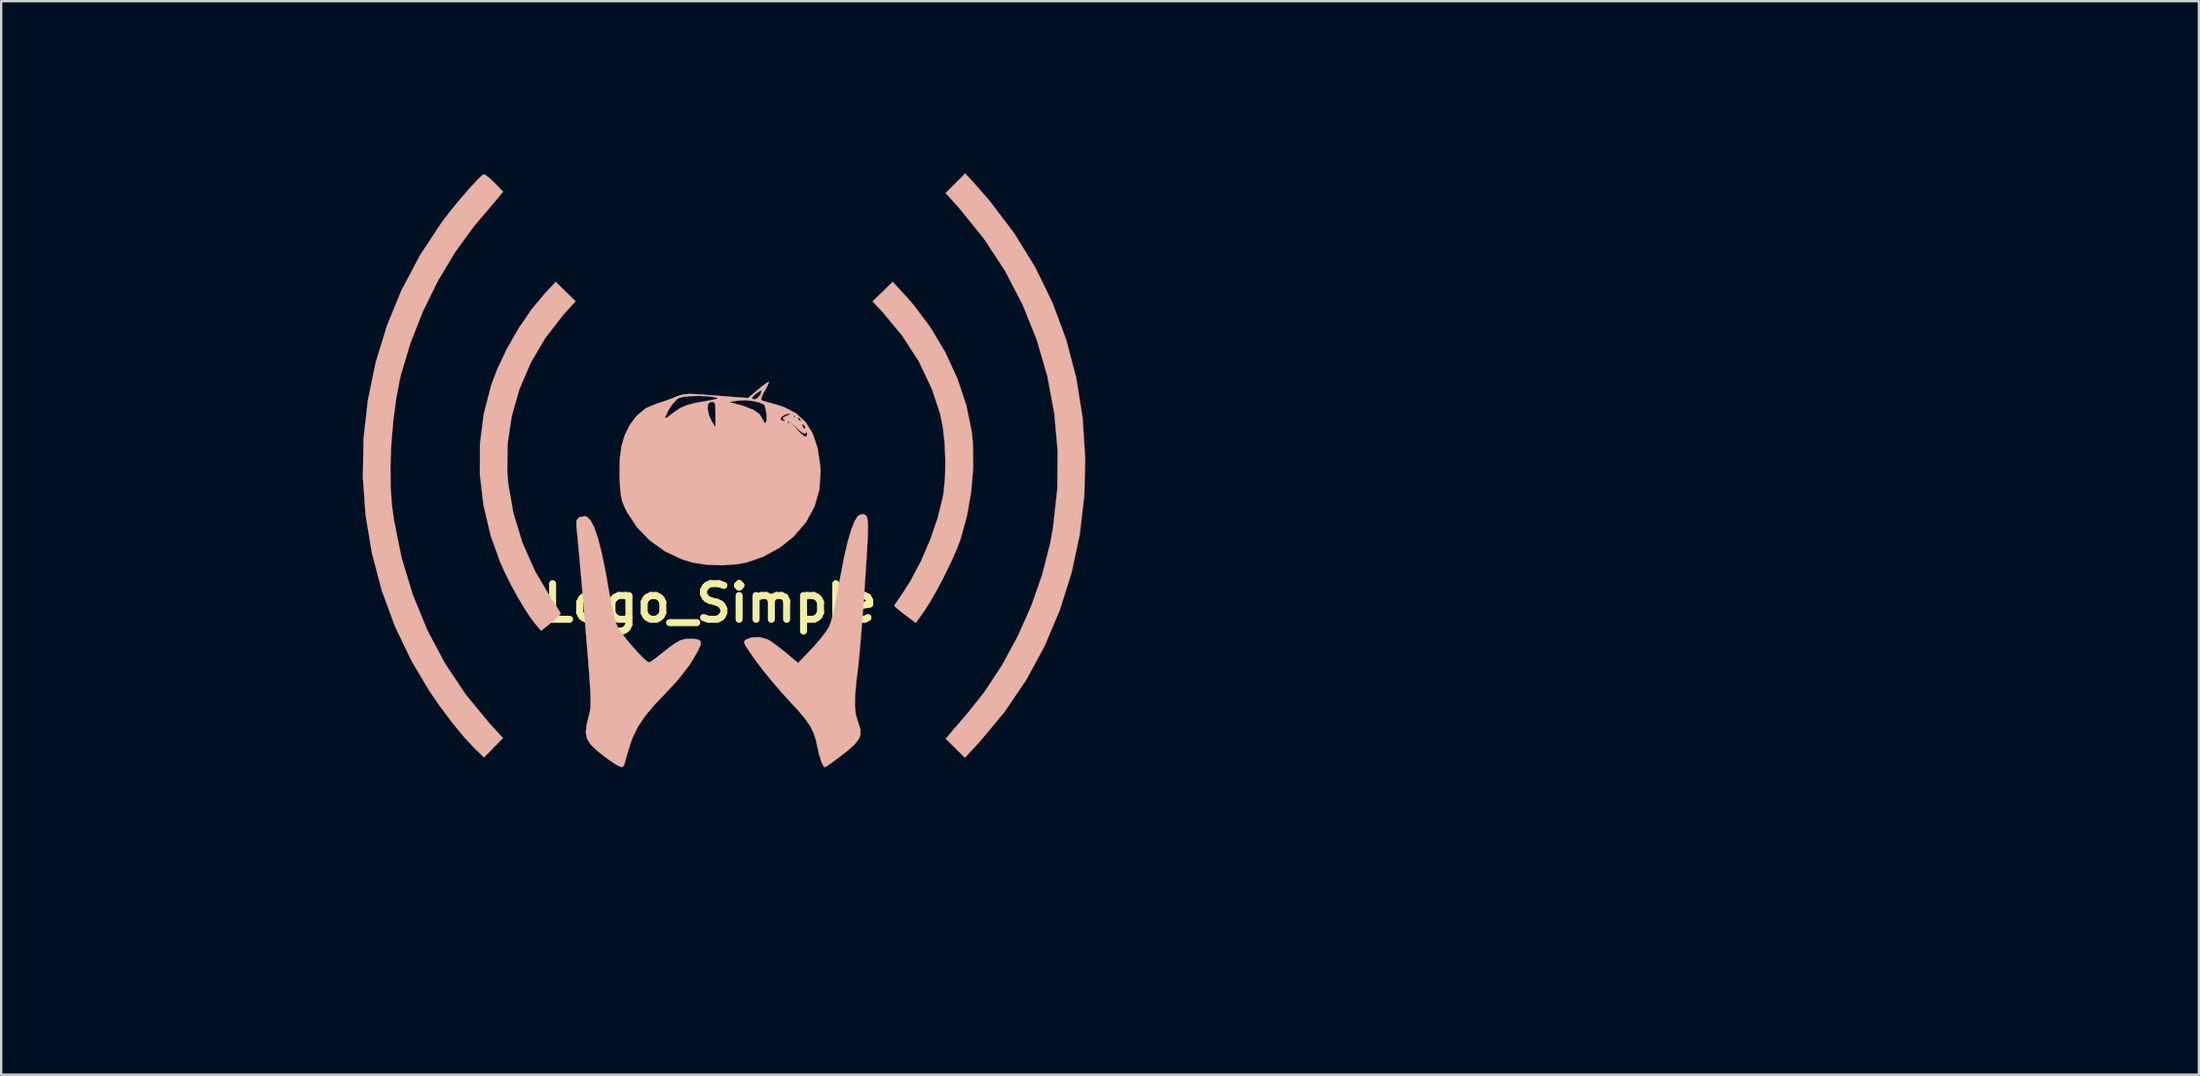
<source format=kicad_pcb>
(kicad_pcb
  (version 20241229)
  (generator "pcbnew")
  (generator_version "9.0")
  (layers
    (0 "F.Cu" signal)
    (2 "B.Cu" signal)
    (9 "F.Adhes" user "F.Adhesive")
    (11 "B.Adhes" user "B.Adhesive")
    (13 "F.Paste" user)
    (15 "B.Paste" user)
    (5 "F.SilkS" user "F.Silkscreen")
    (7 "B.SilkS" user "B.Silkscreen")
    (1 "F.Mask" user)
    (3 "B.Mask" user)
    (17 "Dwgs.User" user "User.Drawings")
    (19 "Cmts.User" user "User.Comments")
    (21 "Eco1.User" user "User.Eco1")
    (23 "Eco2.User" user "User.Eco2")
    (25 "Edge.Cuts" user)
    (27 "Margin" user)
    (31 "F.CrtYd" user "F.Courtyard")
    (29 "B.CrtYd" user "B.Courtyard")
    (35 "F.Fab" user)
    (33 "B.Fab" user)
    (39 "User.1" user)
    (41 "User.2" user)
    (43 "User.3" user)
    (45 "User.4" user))
  (footprint "Logo_Simple"
    (layer "F.Cu")
    (at 55.29 22.78)
    (property "Reference" "Logo_Simple" (at -27.94 0 0) (layer "F.SilkS") (effects (font (size 1.524 1.524) (thickness 0.3))))
    (attr through_hole)
    (fp_poly (pts (xy -35.009 -13.275) (xy -35.585 -12.583) (xy -36.14 -11.772) (xy -36.643 -10.893) (xy -37.067 -9.997) (xy -37.323 -9.313) (xy -37.64 -8.081) (xy -37.798 -6.806) (xy -37.801 -5.506) (xy -37.648 -4.198) (xy -37.34 -2.901) (xy -36.927 -1.744) (xy -36.708 -1.261) (xy -36.443 -0.738) (xy -36.156 -0.216) (xy -35.868 0.264) (xy -35.603 0.663) (xy -35.415 0.906) (xy -35.179 1.177) (xy -34.756 0.842) (xy -34.539 0.66) (xy -34.392 0.516) (xy -34.347 0.444) (xy -34.397 0.349) (xy -34.521 0.151) (xy -34.693 -0.113) (xy -34.759 -0.212) (xy -35.445 -1.375) (xy -35.983 -2.591) (xy -36.366 -3.844) (xy -36.589 -5.115) (xy -36.632 -5.635) (xy -36.616 -6.827) (xy -36.438 -8.014) (xy -36.106 -9.177) (xy -35.626 -10.296) (xy -35.006 -11.351) (xy -34.253 -12.324) (xy -34.175 -12.412) (xy -33.707 -12.928) (xy -34.132 -13.343) (xy -34.556 -13.758) (xy -35.009 -13.275)) (stroke (width 0.01) (type solid)) (fill yes) (layer "B.SilkS"))
    (fp_poly (pts (xy -17.449 -17.982) (xy -17.867 -17.564) (xy -17.262 -16.889) (xy -16.224 -15.605) (xy -15.327 -14.236) (xy -14.574 -12.791) (xy -13.969 -11.285) (xy -13.515 -9.727) (xy -13.215 -8.131) (xy -13.072 -6.508) (xy -13.089 -4.869) (xy -13.271 -3.227) (xy -13.387 -2.582) (xy -13.725 -1.248) (xy -14.193 0.093) (xy -14.775 1.407) (xy -15.453 2.658) (xy -16.213 3.812) (xy -16.92 4.703) (xy -17.182 5.006) (xy -17.423 5.286) (xy -17.608 5.502) (xy -17.672 5.58) (xy -17.861 5.809) (xy -17.042 6.617) (xy -16.392 5.912) (xy -15.336 4.642) (xy -14.412 3.273) (xy -13.625 1.818) (xy -12.979 0.287) (xy -12.479 -1.306) (xy -12.128 -2.948) (xy -11.933 -4.628) (xy -11.894 -6.181) (xy -12.007 -7.939) (xy -12.279 -9.644) (xy -12.711 -11.291) (xy -13.301 -12.878) (xy -14.048 -14.403) (xy -14.95 -15.862) (xy -16.007 -17.253) (xy -16.58 -17.908) (xy -17.031 -18.4) (xy -17.449 -17.982)) (stroke (width 0.01) (type solid)) (fill yes) (layer "B.SilkS"))
    (fp_poly (pts (xy -20.992 -12.923) (xy -20.59 -12.494) (xy -19.722 -11.453) (xy -19.011 -10.348) (xy -18.456 -9.177) (xy -18.106 -8.128) (xy -17.987 -7.547) (xy -17.91 -6.86) (xy -17.878 -6.125) (xy -17.891 -5.402) (xy -17.952 -4.749) (xy -17.985 -4.549) (xy -18.205 -3.656) (xy -18.527 -2.718) (xy -18.928 -1.79) (xy -19.384 -0.929) (xy -19.779 -0.317) (xy -19.933 -0.096) (xy -20.037 0.063) (xy -20.066 0.117) (xy -20.004 0.18) (xy -19.84 0.315) (xy -19.611 0.492) (xy -19.606 0.496) (xy -19.146 0.844) (xy -18.799 0.358) (xy -18.545 -0.034) (xy -18.257 -0.536) (xy -17.958 -1.101) (xy -17.675 -1.68) (xy -17.43 -2.223) (xy -17.25 -2.684) (xy -17.235 -2.729) (xy -16.963 -3.709) (xy -16.779 -4.748) (xy -16.689 -5.792) (xy -16.697 -6.789) (xy -16.749 -7.324) (xy -16.982 -8.468) (xy -17.366 -9.619) (xy -17.886 -10.747) (xy -18.527 -11.822) (xy -19.275 -12.815) (xy -19.586 -13.166) (xy -20.136 -13.758) (xy -20.992 -12.923)) (stroke (width 0.01) (type solid)) (fill yes) (layer "B.SilkS"))
    (fp_poly (pts (xy -37.729 -18.301) (xy -37.91 -18.125) (xy -38.153 -17.865) (xy -38.437 -17.543) (xy -38.741 -17.185) (xy -39.044 -16.813) (xy -39.324 -16.453) (xy -39.44 -16.298) (xy -40.368 -14.89) (xy -41.149 -13.413) (xy -41.78 -11.878) (xy -42.262 -10.299) (xy -42.595 -8.686) (xy -42.778 -7.053) (xy -42.81 -5.411) (xy -42.692 -3.772) (xy -42.423 -2.148) (xy -42.002 -0.552) (xy -41.43 1.005) (xy -40.707 2.51) (xy -39.982 3.725) (xy -39.498 4.432) (xy -38.997 5.101) (xy -38.51 5.696) (xy -38.063 6.18) (xy -37.998 6.244) (xy -37.628 6.604) (xy -37.22 6.19) (xy -36.813 5.777) (xy -37.386 5.153) (xy -38.402 3.924) (xy -39.293 2.587) (xy -40.052 1.157) (xy -40.673 -0.354) (xy -41.152 -1.934) (xy -41.482 -3.57) (xy -41.566 -4.191) (xy -41.623 -4.98) (xy -41.631 -5.879) (xy -41.592 -6.838) (xy -41.51 -7.807) (xy -41.388 -8.736) (xy -41.23 -9.575) (xy -41.182 -9.779) (xy -40.775 -11.142) (xy -40.243 -12.492) (xy -39.602 -13.797) (xy -38.87 -15.02) (xy -38.066 -16.127) (xy -37.782 -16.468) (xy -37.517 -16.776) (xy -37.271 -17.064) (xy -37.08 -17.29) (xy -37.009 -17.376) (xy -36.808 -17.624) (xy -37.175 -17.998) (xy -37.382 -18.194) (xy -37.549 -18.327) (xy -37.631 -18.367) (xy -37.729 -18.301)) (stroke (width 0.01) (type solid)) (fill yes) (layer "B.SilkS"))
    (fp_poly (pts (xy -33.551 -3.681) (xy -33.665 -3.543) (xy -33.671 -3.286) (xy -33.665 -3.249) (xy -33.648 -3.096) (xy -33.618 -2.794) (xy -33.578 -2.362) (xy -33.529 -1.818) (xy -33.473 -1.184) (xy -33.411 -0.478) (xy -33.347 0.282) (xy -33.31 0.713) (xy -33.237 1.595) (xy -33.177 2.326) (xy -33.131 2.921) (xy -33.097 3.399) (xy -33.074 3.775) (xy -33.063 4.067) (xy -33.062 4.292) (xy -33.071 4.466) (xy -33.089 4.607) (xy -33.115 4.731) (xy -33.14 4.825) (xy -33.238 5.225) (xy -33.268 5.541) (xy -33.215 5.806) (xy -33.065 6.05) (xy -32.803 6.306) (xy -32.414 6.607) (xy -32.271 6.71) (xy -31.982 6.907) (xy -31.796 7.004) (xy -31.687 7.009) (xy -31.63 6.932) (xy -31.626 6.921) (xy -31.587 6.788) (xy -31.519 6.547) (xy -31.452 6.308) (xy -31.276 5.781) (xy -31.044 5.301) (xy -30.731 4.832) (xy -30.315 4.338) (xy -29.93 3.936) (xy -29.321 3.281) (xy -28.853 2.678) (xy -28.665 2.384) (xy -28.46 2.024) (xy -28.354 1.781) (xy -28.351 1.633) (xy -28.456 1.556) (xy -28.672 1.529) (xy -28.829 1.526) (xy -29.03 1.539) (xy -29.219 1.594) (xy -29.432 1.708) (xy -29.701 1.899) (xy -30.054 2.18) (xy -30.286 2.362) (xy -30.468 2.492) (xy -30.558 2.54) (xy -30.667 2.478) (xy -30.849 2.311) (xy -31.078 2.073) (xy -31.325 1.794) (xy -31.563 1.507) (xy -31.763 1.242) (xy -31.899 1.032) (xy -31.925 0.981) (xy -32.007 0.742) (xy -32.1 0.385) (xy -32.191 -0.038) (xy -32.261 -0.423) (xy -32.427 -1.371) (xy -32.589 -2.153) (xy -32.748 -2.773) (xy -32.905 -3.235) (xy -33.062 -3.543) (xy -33.22 -3.7) (xy -33.312 -3.724) (xy -33.551 -3.681)) (stroke (width 0.01) (type solid)) (fill yes) (layer "B.SilkS"))
    (fp_poly (pts (xy -21.622 -3.733) (xy -21.77 -3.499) (xy -21.922 -3.105) (xy -22.079 -2.55) (xy -22.241 -1.831) (xy -22.409 -0.945) (xy -22.479 -0.536) (xy -22.572 -0.033) (xy -22.673 0.419) (xy -22.771 0.779) (xy -22.857 1.011) (xy -22.859 1.014) (xy -22.999 1.233) (xy -23.221 1.522) (xy -23.487 1.832) (xy -23.609 1.963) (xy -24.18 2.562) (xy -24.711 2.119) (xy -24.993 1.894) (xy -25.254 1.699) (xy -25.446 1.572) (xy -25.47 1.559) (xy -25.813 1.456) (xy -26.173 1.47) (xy -26.389 1.548) (xy -26.462 1.596) (xy -26.492 1.656) (xy -26.467 1.754) (xy -26.376 1.913) (xy -26.207 2.161) (xy -25.973 2.49) (xy -25.667 2.894) (xy -25.29 3.357) (xy -24.893 3.819) (xy -24.557 4.187) (xy -24.159 4.617) (xy -23.867 4.967) (xy -23.66 5.269) (xy -23.518 5.555) (xy -23.421 5.859) (xy -23.367 6.111) (xy -23.287 6.47) (xy -23.196 6.766) (xy -23.108 6.962) (xy -23.04 7.025) (xy -22.952 6.976) (xy -22.766 6.85) (xy -22.522 6.671) (xy -22.479 6.639) (xy -22.058 6.311) (xy -21.765 6.049) (xy -21.587 5.826) (xy -21.509 5.616) (xy -21.518 5.394) (xy -21.599 5.133) (xy -21.632 5.051) (xy -21.715 4.763) (xy -21.751 4.393) (xy -21.741 3.916) (xy -21.685 3.311) (xy -21.64 2.957) (xy -21.604 2.654) (xy -21.561 2.21) (xy -21.512 1.654) (xy -21.46 1.014) (xy -21.406 0.318) (xy -21.354 -0.406) (xy -21.328 -0.79) (xy -21.275 -1.582) (xy -21.235 -2.222) (xy -21.207 -2.725) (xy -21.194 -3.109) (xy -21.195 -3.389) (xy -21.211 -3.582) (xy -21.244 -3.704) (xy -21.294 -3.771) (xy -21.361 -3.801) (xy -21.448 -3.808) (xy -21.477 -3.809) (xy -21.622 -3.733)) (stroke (width 0.01) (type solid)) (fill yes) (layer "B.SilkS"))
    (fp_poly (pts (xy -25.529 -9.432) (xy -25.706 -9.3) (xy -25.911 -9.133) (xy -26.325 -8.784) (xy -26.33 -8.784) (xy -27.634 -8.784) (xy -27.654 -8.752) (xy -27.807 -8.712) (xy -28.108 -8.658) (xy -28.194 -8.644) (xy -28.642 -8.562) (xy -28.974 -8.47) (xy -29.24 -8.348) (xy -29.493 -8.176) (xy -29.591 -8.098) (xy -29.759 -7.972) (xy -29.864 -7.917) (xy -29.875 -7.919) (xy -29.856 -8.003) (xy -29.772 -8.185) (xy -29.706 -8.311) (xy -29.542 -8.551) (xy -29.362 -8.735) (xy -29.294 -8.781) (xy -29.087 -8.836) (xy -28.769 -8.869) (xy -28.396 -8.876) (xy -28.025 -8.858) (xy -27.728 -8.815) (xy -27.634 -8.784) (xy -26.33 -8.784) (xy -27.069 -8.84) (xy -27.512 -8.874) (xy -27.987 -8.91) (xy -28.399 -8.942) (xy -28.437 -8.945) (xy -28.81 -8.963) (xy -29.085 -8.942) (xy -29.33 -8.873) (xy -29.453 -8.823) (xy -29.77 -8.698) (xy -30.095 -8.588) (xy -30.191 -8.56) (xy -30.693 -8.352) (xy -31.104 -8.013) (xy -31.387 -7.627) (xy -31.601 -7.197) (xy -31.74 -6.729) (xy -31.812 -6.185) (xy -31.824 -5.528) (xy -31.818 -5.341) (xy -31.797 -4.92) (xy -31.765 -4.615) (xy -31.711 -4.373) (xy -31.622 -4.142) (xy -31.503 -3.9) (xy -31.08 -3.253) (xy -30.526 -2.685) (xy -29.872 -2.218) (xy -29.148 -1.875) (xy -28.694 -1.739) (xy -28.085 -1.645) (xy -27.413 -1.623) (xy -26.76 -1.673) (xy -26.398 -1.74) (xy -25.667 -1.994) (xy -24.967 -2.381) (xy -24.381 -2.846) (xy -23.854 -3.455) (xy -23.484 -4.127) (xy -23.273 -4.859) (xy -23.22 -5.65) (xy -23.233 -5.867) (xy -23.346 -6.627) (xy -23.552 -7.251) (xy -23.557 -7.26) (xy -23.798 -7.26) (xy -23.819 -7.137) (xy -23.906 -7.14) (xy -24.071 -7.275) (xy -24.219 -7.429) (xy -24.511 -7.747) (xy -24.553 -7.747) (xy -24.596 -7.705) (xy -24.638 -7.747) (xy -24.596 -7.789) (xy -24.553 -7.747) (xy -24.511 -7.747) (xy -24.203 -7.464) (xy -24.001 -7.299) (xy -23.885 -7.26) (xy -23.85 -7.295) (xy -23.811 -7.341) (xy -23.798 -7.26) (xy -23.557 -7.26) (xy -23.723 -7.53) (xy -23.876 -7.53) (xy -23.903 -7.453) (xy -23.966 -7.521) (xy -23.993 -7.582) (xy -23.999 -7.669) (xy -23.96 -7.662) (xy -23.879 -7.553) (xy -23.876 -7.53) (xy -23.723 -7.53) (xy -23.858 -7.749) (xy -23.907 -7.795) (xy -24.066 -7.795) (xy -24.078 -7.789) (xy -24.155 -7.849) (xy -24.172 -7.874) (xy -24.194 -7.953) (xy -24.182 -7.959) (xy -24.105 -7.899) (xy -24.088 -7.874) (xy -24.066 -7.795) (xy -23.907 -7.795) (xy -24.131 -8.001) (xy -24.299 -8.001) (xy -24.342 -7.959) (xy -24.384 -8.001) (xy -24.342 -8.043) (xy -24.299 -8.001) (xy -24.131 -8.001) (xy -24.231 -8.093) (xy -24.527 -8.093) (xy -24.647 -8.034) (xy -24.669 -8.026) (xy -24.823 -7.952) (xy -24.825 -7.887) (xy -24.796 -7.865) (xy -24.735 -7.803) (xy -24.781 -7.791) (xy -24.854 -7.822) (xy -25.529 -7.822) (xy -25.57 -7.711) (xy -25.635 -7.735) (xy -25.693 -7.863) (xy -25.83 -8.088) (xy -27.718 -8.088) (xy -27.718 -7.532) (xy -27.88 -7.789) (xy -27.998 -8.049) (xy -28.055 -8.318) (xy -28.055 -8.319) (xy -28.04 -8.519) (xy -27.952 -8.605) (xy -27.892 -8.619) (xy -27.799 -8.618) (xy -27.746 -8.559) (xy -27.723 -8.405) (xy -27.718 -8.121) (xy -27.718 -8.088) (xy -25.83 -8.088) (xy -25.834 -8.095) (xy -26.107 -8.286) (xy -26.529 -8.446) (xy -26.605 -8.468) (xy -27.136 -8.615) (xy -26.749 -8.675) (xy -26.455 -8.691) (xy -26.139 -8.662) (xy -25.855 -8.6) (xy -25.658 -8.513) (xy -25.613 -8.468) (xy -25.574 -8.34) (xy -25.538 -8.117) (xy -25.53 -8.047) (xy -25.529 -7.822) (xy -24.854 -7.822) (xy -24.914 -7.848) (xy -24.932 -7.87) (xy -24.907 -7.961) (xy -24.78 -8.057) (xy -24.612 -8.116) (xy -24.538 -8.121) (xy -24.527 -8.093) (xy -24.231 -8.093) (xy -24.27 -8.13) (xy -24.797 -8.404) (xy -25.169 -8.52) (xy -25.451 -8.596) (xy -25.667 -8.659) (xy -25.76 -8.693) (xy -25.758 -8.78) (xy -25.682 -8.963) (xy -25.608 -9.1) (xy -25.739 -9.1) (xy -25.792 -8.939) (xy -25.912 -8.788) (xy -26.038 -8.721) (xy -26.147 -8.756) (xy -26.159 -8.784) (xy -26.105 -8.864) (xy -25.982 -8.972) (xy -25.846 -9.068) (xy -25.753 -9.111) (xy -25.739 -9.1) (xy -25.608 -9.1) (xy -25.604 -9.107) (xy -25.49 -9.317) (xy -25.436 -9.454) (xy -25.44 -9.483) (xy -25.529 -9.432)) (stroke (width 0.01) (type solid)) (fill yes) (layer "B.SilkS"))
    (fp_poly (pts (xy 32.766 -22.733) (xy 32.724 -22.691) (xy 32.681 -22.733) (xy 32.724 -22.775) (xy 32.766 -22.733)) (stroke (width 0.01) (type solid)) (fill no) (layer "Eco2.User"))
    (fp_poly (pts (xy -52.887 13.32) (xy -52.942 13.557) (xy -52.946 13.843) (xy -52.918 14.184) (xy -52.871 14.383) (xy -52.796 14.469) (xy -52.747 14.478) (xy -52.637 14.417) (xy -52.622 14.397) (xy -52.574 14.232) (xy -52.55 13.979) (xy -52.551 13.697) (xy -52.576 13.449) (xy -52.624 13.294) (xy -52.637 13.279) (xy -52.783 13.223) (xy -52.887 13.32)) (stroke (width 0.01) (type solid)) (fill no) (layer "Eco2.User"))
    (fp_poly (pts (xy -51.685 13.131) (xy -51.734 13.268) (xy -51.758 13.515) (xy -51.758 13.827) (xy -51.739 14.157) (xy -51.702 14.459) (xy -51.65 14.687) (xy -51.587 14.794) (xy -51.583 14.796) (xy -51.468 14.763) (xy -51.442 14.718) (xy -51.42 14.584) (xy -51.395 14.33) (xy -51.371 14.004) (xy -51.365 13.91) (xy -51.351 13.539) (xy -51.363 13.302) (xy -51.405 13.164) (xy -51.447 13.113) (xy -51.576 13.057) (xy -51.685 13.131)) (stroke (width 0.01) (type solid)) (fill no) (layer "Eco2.User"))
    (fp_poly (pts (xy -17.238 10.414) (xy -17.881 10.418) (xy -18.386 10.428) (xy -18.772 10.448) (xy -19.054 10.483) (xy -19.248 10.535) (xy -19.37 10.608) (xy -19.438 10.707) (xy -19.467 10.835) (xy -19.473 10.994) (xy -19.473 11.096) (xy -19.459 11.38) (xy -19.402 11.584) (xy -19.276 11.719) (xy -19.059 11.8) (xy -18.727 11.841) (xy -18.255 11.853) (xy -18.119 11.853) (xy -17.103 11.853) (xy -17.103 17.103) (xy -15.666 17.103) (xy -15.621 11.896) (xy -14.605 11.844) (xy -14.211 11.823) (xy -13.886 11.804) (xy -13.662 11.789) (xy -13.574 11.78) (xy -13.574 11.78) (xy -13.358 11.524) (xy -13.288 11.218) (xy -13.366 10.902) (xy -13.54 10.661) (xy -13.788 10.414) (xy -16.442 10.414) (xy -17.238 10.414)) (stroke (width 0.01) (type solid)) (fill no) (layer "Eco2.User"))
    (fp_poly (pts (xy -5.419 17.103) (xy -4.173 17.103) (xy -4.118 16.582) (xy -4.088 16.227) (xy -4.068 15.874) (xy -4.064 15.693) (xy -4.064 15.325) (xy -0.762 15.325) (xy -0.761 15.642) (xy -0.753 15.898) (xy -0.731 16.239) (xy -0.707 16.531) (xy -0.653 17.103) (xy 0.677 17.103) (xy 0.677 13.801) (xy -0.825 13.801) (xy -4.149 13.801) (xy -4.149 12.94) (xy -4.143 12.474) (xy -4.11 12.152) (xy -4.026 11.947) (xy -3.864 11.832) (xy -3.601 11.782) (xy -3.213 11.769) (xy -3.051 11.769) (xy -2.661 11.773) (xy -2.392 11.791) (xy -2.193 11.834) (xy -2.017 11.912) (xy -1.846 12.015) (xy -1.467 12.325) (xy -1.154 12.714) (xy -0.94 13.132) (xy -0.866 13.431) (xy -0.825 13.801) (xy 0.677 13.801) (xy 0.677 12.56) (xy 0.417 12.166) (xy 0.141 11.83) (xy -0.247 11.463) (xy -0.704 11.104) (xy -1.186 10.786) (xy -1.395 10.669) (xy -1.88 10.414) (xy -5.419 10.414) (xy -5.419 17.103)) (stroke (width 0.01) (type solid)) (fill no) (layer "Eco2.User"))
    (fp_poly (pts (xy -41.741 17.103) (xy -40.41 17.103) (xy -40.356 16.658) (xy -40.323 16.288) (xy -40.304 15.891) (xy -40.302 15.769) (xy -40.301 15.325) (xy -36.999 15.325) (xy -36.999 17.187) (xy -36.319 17.187) (xy -35.959 17.18) (xy -35.736 17.154) (xy -35.621 17.103) (xy -35.59 17.06) (xy -35.578 16.943) (xy -35.57 16.682) (xy -35.565 16.299) (xy -35.563 15.819) (xy -35.566 15.266) (xy -35.572 14.745) (xy -35.589 13.538) (xy -37.084 13.538) (xy -37.084 13.885) (xy -38.475 13.885) (xy -38.96 13.88) (xy -39.399 13.867) (xy -39.759 13.846) (xy -40.005 13.82) (xy -40.086 13.802) (xy -40.287 13.67) (xy -40.402 13.448) (xy -40.436 13.114) (xy -40.395 12.647) (xy -40.391 12.621) (xy -40.341 12.313) (xy -40.295 12.077) (xy -40.262 11.957) (xy -40.259 11.952) (xy -40.161 11.928) (xy -39.939 11.901) (xy -39.637 11.876) (xy -39.577 11.872) (xy -38.918 11.886) (xy -38.335 12.011) (xy -37.845 12.236) (xy -37.464 12.551) (xy -37.207 12.945) (xy -37.09 13.406) (xy -37.084 13.538) (xy -35.589 13.538) (xy -35.602 12.559) (xy -35.855 12.193) (xy -36.151 11.845) (xy -36.554 11.473) (xy -37.018 11.119) (xy -37.493 10.821) (xy -37.627 10.75) (xy -38.127 10.499) (xy -41.741 10.499) (xy -41.741 17.103)) (stroke (width 0.01) (type solid)) (fill no) (layer "Eco2.User"))
    (fp_poly (pts (xy -48.46 10.901) (xy -48.51 11.289) (xy -48.494 11.556) (xy -48.391 11.723) (xy -48.178 11.813) (xy -47.833 11.849) (xy -47.525 11.854) (xy -46.968 11.875) (xy -46.567 11.941) (xy -46.313 12.053) (xy -46.197 12.214) (xy -46.196 12.215) (xy -46.183 12.348) (xy -46.17 12.626) (xy -46.16 13.024) (xy -46.152 13.518) (xy -46.146 14.084) (xy -46.144 14.662) (xy -46.144 15.383) (xy -46.139 15.952) (xy -46.126 16.387) (xy -46.1 16.705) (xy -46.056 16.926) (xy -45.99 17.066) (xy -45.896 17.143) (xy -45.771 17.176) (xy -45.608 17.181) (xy -45.481 17.178) (xy -45.21 17.164) (xy -44.994 17.14) (xy -44.94 17.13) (xy -44.899 17.106) (xy -44.865 17.049) (xy -44.839 16.939) (xy -44.819 16.759) (xy -44.804 16.491) (xy -44.792 16.117) (xy -44.783 15.619) (xy -44.775 14.978) (xy -44.771 14.593) (xy -44.763 13.875) (xy -44.755 13.308) (xy -44.746 12.872) (xy -44.733 12.549) (xy -44.715 12.32) (xy -44.692 12.167) (xy -44.662 12.069) (xy -44.623 12.009) (xy -44.582 11.973) (xy -44.432 11.912) (xy -44.17 11.874) (xy -43.772 11.856) (xy -43.509 11.853) (xy -43.021 11.845) (xy -42.682 11.807) (xy -42.469 11.721) (xy -42.36 11.57) (xy -42.335 11.334) (xy -42.372 10.997) (xy -42.388 10.901) (xy -42.44 10.583) (xy -48.407 10.583) (xy -48.46 10.901)) (stroke (width 0.01) (type solid)) (fill no) (layer "Eco2.User"))
    (fp_poly (pts (xy -27.827 10.453) (xy -27.997 10.457) (xy -28.329 10.487) (xy -28.604 10.594) (xy -28.858 10.802) (xy -29.124 11.134) (xy -29.245 11.31) (xy -29.423 11.572) (xy -29.672 11.924) (xy -29.96 12.324) (xy -30.254 12.727) (xy -30.287 12.77) (xy -30.997 13.729) (xy -31.776 12.673) (xy -32.074 12.269) (xy -32.362 11.878) (xy -32.614 11.536) (xy -32.802 11.279) (xy -32.851 11.213) (xy -33.055 10.958) (xy -33.263 10.738) (xy -33.372 10.643) (xy -33.665 10.515) (xy -34.045 10.471) (xy -34.449 10.518) (xy -34.48 10.526) (xy -34.713 10.587) (xy -34.713 17.103) (xy -33.362 17.103) (xy -33.339 15.092) (xy -33.329 14.476) (xy -33.314 13.951) (xy -33.294 13.533) (xy -33.272 13.242) (xy -33.247 13.095) (xy -33.237 13.081) (xy -33.162 13.146) (xy -33.01 13.326) (xy -32.799 13.597) (xy -32.549 13.933) (xy -32.431 14.097) (xy -32.033 14.632) (xy -31.689 15.027) (xy -31.383 15.282) (xy -31.097 15.394) (xy -30.814 15.364) (xy -30.515 15.19) (xy -30.185 14.87) (xy -29.804 14.405) (xy -29.44 13.909) (xy -28.744 12.936) (xy -28.722 15.02) (xy -28.699 17.103) (xy -27.263 17.103) (xy -27.263 13.84) (xy -27.262 12.992) (xy -27.261 12.298) (xy -27.265 11.742) (xy -27.275 11.31) (xy -27.296 10.986) (xy -27.331 10.755) (xy -27.383 10.601) (xy -27.455 10.509) (xy -27.551 10.464) (xy -27.674 10.45) (xy -27.827 10.453)) (stroke (width 0.01) (type solid)) (fill no) (layer "Eco2.User"))
    (fp_poly (pts (xy -7.501 10.428) (xy -7.601 10.459) (xy -7.682 10.524) (xy -7.745 10.637) (xy -7.793 10.817) (xy -7.827 11.079) (xy -7.85 11.443) (xy -7.864 11.923) (xy -7.87 12.538) (xy -7.873 13.304) (xy -7.873 13.356) (xy -7.874 15.833) (xy -11.176 15.833) (xy -11.176 10.591) (xy -11.493 10.503) (xy -11.903 10.423) (xy -12.235 10.423) (xy -12.46 10.503) (xy -12.528 10.578) (xy -12.553 10.713) (xy -12.575 11.009) (xy -12.592 11.457) (xy -12.605 12.05) (xy -12.613 12.779) (xy -12.615 13.635) (xy -12.615 13.657) (xy -12.615 14.437) (xy -12.613 15.067) (xy -12.609 15.563) (xy -12.602 15.943) (xy -12.59 16.226) (xy -12.572 16.43) (xy -12.549 16.571) (xy -12.518 16.67) (xy -12.479 16.742) (xy -12.442 16.792) (xy -12.241 16.965) (xy -11.981 17.091) (xy -11.955 17.099) (xy -11.76 17.129) (xy -11.427 17.152) (xy -10.987 17.168) (xy -10.469 17.179) (xy -9.901 17.184) (xy -9.313 17.182) (xy -8.735 17.175) (xy -8.194 17.163) (xy -7.721 17.145) (xy -7.345 17.121) (xy -7.095 17.093) (xy -7.027 17.077) (xy -6.88 17.021) (xy -6.759 16.954) (xy -6.663 16.858) (xy -6.588 16.718) (xy -6.531 16.517) (xy -6.49 16.239) (xy -6.463 15.867) (xy -6.447 15.386) (xy -6.438 14.779) (xy -6.435 14.03) (xy -6.435 13.447) (xy -6.435 10.511) (xy -6.889 10.454) (xy -7.177 10.427) (xy -7.413 10.42) (xy -7.501 10.428)) (stroke (width 0.01) (type solid)) (fill no) (layer "Eco2.User"))
    (fp_poly (pts (xy -22.636 10.42) (xy -23.318 10.43) (xy -24.061 10.436) (xy -24.67 10.446) (xy -25.156 10.476) (xy -25.535 10.54) (xy -25.819 10.654) (xy -26.022 10.833) (xy -26.157 11.094) (xy -26.238 11.452) (xy -26.278 11.922) (xy -26.291 12.52) (xy -26.29 13.261) (xy -26.289 13.843) (xy -26.288 14.633) (xy -26.282 15.272) (xy -26.269 15.777) (xy -26.246 16.166) (xy -26.21 16.458) (xy -26.158 16.67) (xy -26.088 16.819) (xy -25.996 16.925) (xy -25.881 17.004) (xy -25.782 17.054) (xy -25.672 17.095) (xy -25.52 17.127) (xy -25.307 17.15) (xy -25.011 17.166) (xy -24.614 17.177) (xy -24.094 17.182) (xy -23.432 17.182) (xy -23.186 17.182) (xy -22.568 17.178) (xy -21.999 17.169) (xy -21.503 17.157) (xy -21.104 17.142) (xy -20.826 17.124) (xy -20.693 17.105) (xy -20.692 17.104) (xy -20.514 16.988) (xy -20.335 16.806) (xy -20.332 16.802) (xy -20.281 16.733) (xy -20.241 16.654) (xy -20.211 16.548) (xy -20.188 16.395) (xy -20.171 16.176) (xy -20.161 15.872) (xy -20.155 15.465) (xy -20.152 14.935) (xy -20.151 14.264) (xy -20.151 14.027) (xy -21.505 14.027) (xy -21.505 15.921) (xy -23.177 15.898) (xy -24.85 15.875) (xy -24.85 11.811) (xy -23.356 11.811) (xy -22.812 11.813) (xy -22.411 11.819) (xy -22.128 11.832) (xy -21.936 11.855) (xy -21.809 11.891) (xy -21.721 11.941) (xy -21.683 11.972) (xy -21.626 12.032) (xy -21.582 12.107) (xy -21.55 12.22) (xy -21.529 12.393) (xy -21.516 12.65) (xy -21.509 13.012) (xy -21.506 13.502) (xy -21.505 14.027) (xy -20.151 14.027) (xy -20.151 13.895) (xy -20.149 13.032) (xy -20.151 12.324) (xy -20.172 11.755) (xy -20.225 11.31) (xy -20.323 10.974) (xy -20.481 10.733) (xy -20.712 10.571) (xy -21.029 10.474) (xy -21.446 10.426) (xy -21.977 10.413) (xy -22.636 10.42)) (stroke (width 0.01) (type solid)) (fill no) (layer "Eco2.User"))
    (fp_poly (pts (xy -52.891 10.501) (xy -53.466 10.509) (xy -53.913 10.527) (xy -54.254 10.56) (xy -54.509 10.61) (xy -54.7 10.682) (xy -54.846 10.779) (xy -54.97 10.906) (xy -55.065 11.028) (xy -55.115 11.105) (xy -55.154 11.197) (xy -55.185 11.326) (xy -55.209 11.51) (xy -55.227 11.769) (xy -55.241 12.124) (xy -55.253 12.594) (xy -55.264 13.198) (xy -55.272 13.747) (xy -55.282 14.537) (xy -55.285 15.177) (xy -55.278 15.684) (xy -55.26 16.078) (xy -55.228 16.377) (xy -55.18 16.599) (xy -55.114 16.763) (xy -55.028 16.888) (xy -54.919 16.992) (xy -54.889 17.017) (xy -54.818 17.066) (xy -54.733 17.105) (xy -54.613 17.135) (xy -54.44 17.156) (xy -54.193 17.171) (xy -53.851 17.18) (xy -53.396 17.184) (xy -52.806 17.186) (xy -52.249 17.186) (xy -51.47 17.183) (xy -50.846 17.176) (xy -50.364 17.163) (xy -50.01 17.144) (xy -49.771 17.118) (xy -49.632 17.086) (xy -49.615 17.078) (xy -49.491 17.007) (xy -49.391 16.922) (xy -49.313 16.805) (xy -49.254 16.637) (xy -49.211 16.401) (xy -49.182 16.079) (xy -49.163 15.653) (xy -49.154 15.105) (xy -49.15 14.417) (xy -49.15 14.355) (xy -50.49 14.355) (xy -50.495 14.826) (xy -50.51 15.193) (xy -50.513 15.233) (xy -50.57 15.917) (xy -53.848 15.917) (xy -53.848 11.853) (xy -52.447 11.853) (xy -51.869 11.858) (xy -51.438 11.871) (xy -51.129 11.896) (xy -50.921 11.934) (xy -50.809 11.976) (xy -50.572 12.098) (xy -50.514 13.324) (xy -50.497 13.835) (xy -50.49 14.355) (xy -49.15 14.355) (xy -49.149 13.885) (xy -49.15 13.143) (xy -49.154 12.55) (xy -49.16 12.088) (xy -49.172 11.738) (xy -49.188 11.48) (xy -49.211 11.294) (xy -49.242 11.162) (xy -49.281 11.064) (xy -49.293 11.039) (xy -49.388 10.885) (xy -49.498 10.764) (xy -49.642 10.671) (xy -49.842 10.602) (xy -50.116 10.554) (xy -50.484 10.524) (xy -50.967 10.507) (xy -51.584 10.5) (xy -52.167 10.499) (xy -52.891 10.501)) (stroke (width 0.01) (type solid)) (fill no) (layer "Eco2.User")))
  (gr_rect
    (start -3 -3)
    (end 91.061 42.973)
    (stroke (width 0.1) (type default))
    (fill no)
    (layer "Edge.Cuts")))
</source>
